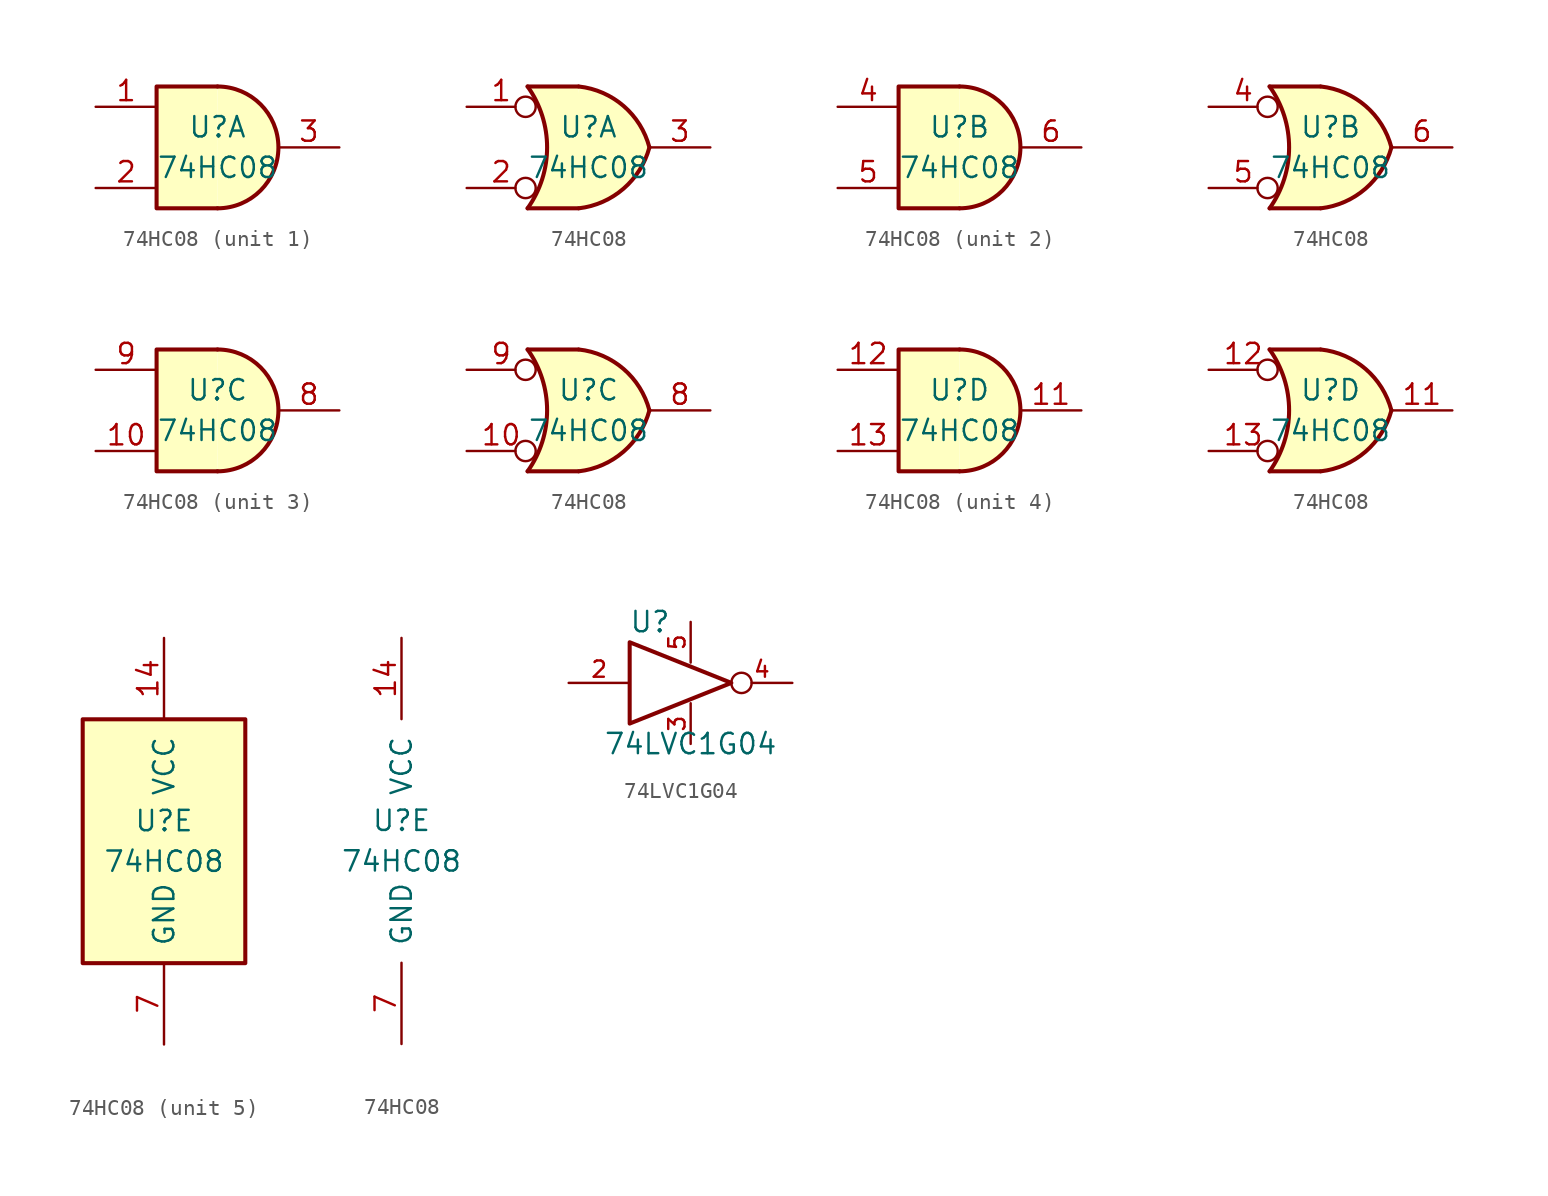
<source format=kicad_sym>
(kicad_symbol_lib
  (version 20211014)
  (generator kicad_symbol_editor)
  (symbol "74HC08"
    (pin_names
      (offset 1.016))
    (property "Reference" "U"
      (at 0 1.27 0)
      (effects (font (size 1.27 1.27))))
    (property "Value" "74HC08"
      (at 0 -1.27 0)
      (effects (font (size 1.27 1.27))))
    (property "ki_locked" ""
      (at 0 0 0)
      (effects (font (size 1.27 1.27))))
    (symbol "74HC08_1_1"
      (arc (start 0 -3.81) (mid 3.81 0) (end 0 3.81) (stroke (width 0.254) (type default) (color 0 0 0 0)) (fill (type background)))
      (polyline (pts (xy 0 3.81) (xy -3.81 3.81) (xy -3.81 -3.81) (xy 0 -3.81)) (stroke (width 0.254) (type default) (color 0 0 0 0)) (fill (type background)))
      (pin input line (at -7.62 2.54 0) (length 3.81) (name "~" (effects (font (size 1.27 1.27)))) (number "1" (effects (font (size 1.27 1.27)))))
      (pin input line (at -7.62 -2.54 0) (length 3.81) (name "~" (effects (font (size 1.27 1.27)))) (number "2" (effects (font (size 1.27 1.27)))))
      (pin output line (at 7.62 0 180) (length 3.81) (name "~" (effects (font (size 1.27 1.27)))) (number "3" (effects (font (size 1.27 1.27))))))
    (symbol "74HC08_1_2"
      (arc (start -3.81 -3.81) (mid -2.589 0) (end -3.81 3.81) (stroke (width 0.254) (type default) (color 0 0 0 0)) (fill (type none)))
      (arc (start -0.6096 -3.81) (mid 2.1855 -2.584) (end 3.81 0) (stroke (width 0.254) (type default) (color 0 0 0 0)) (fill (type background)))
      (polyline (pts (xy -3.81 -3.81) (xy -0.635 -3.81)) (stroke (width 0.254) (type default) (color 0 0 0 0)) (fill (type background)))
      (polyline (pts (xy -3.81 3.81) (xy -0.635 3.81)) (stroke (width 0.254) (type default) (color 0 0 0 0)) (fill (type background)))
      (polyline (pts (xy -0.635 3.81) (xy -3.81 3.81) (xy -3.81 3.81) (xy -3.556 3.404) (xy -3.023 2.261) (xy -2.692 1.041) (xy -2.616 -0.254) (xy -2.769 -1.499) (xy -3.175 -2.718) (xy -3.81 -3.81) (xy -3.81 -3.81) (xy -0.635 -3.81)) (stroke (width -25.4) (type default) (color 0 0 0 0)) (fill (type background)))
      (arc (start 3.81 0) (mid 2.1928 2.5925) (end -0.6096 3.81) (stroke (width 0.254) (type default) (color 0 0 0 0)) (fill (type background)))
      (pin input inverted (at -7.62 2.54 0) (length 4.318) (name "~" (effects (font (size 1.27 1.27)))) (number "1" (effects (font (size 1.27 1.27)))))
      (pin input inverted (at -7.62 -2.54 0) (length 4.318) (name "~" (effects (font (size 1.27 1.27)))) (number "2" (effects (font (size 1.27 1.27)))))
      (pin output line (at 7.62 0 180) (length 3.81) (name "~" (effects (font (size 1.27 1.27)))) (number "3" (effects (font (size 1.27 1.27))))))
    (symbol "74HC08_2_1"
      (arc (start 0 -3.81) (mid 3.81 0) (end 0 3.81) (stroke (width 0.254) (type default) (color 0 0 0 0)) (fill (type background)))
      (polyline (pts (xy 0 3.81) (xy -3.81 3.81) (xy -3.81 -3.81) (xy 0 -3.81)) (stroke (width 0.254) (type default) (color 0 0 0 0)) (fill (type background)))
      (pin input line (at -7.62 2.54 0) (length 3.81) (name "~" (effects (font (size 1.27 1.27)))) (number "4" (effects (font (size 1.27 1.27)))))
      (pin input line (at -7.62 -2.54 0) (length 3.81) (name "~" (effects (font (size 1.27 1.27)))) (number "5" (effects (font (size 1.27 1.27)))))
      (pin output line (at 7.62 0 180) (length 3.81) (name "~" (effects (font (size 1.27 1.27)))) (number "6" (effects (font (size 1.27 1.27))))))
    (symbol "74HC08_2_2"
      (arc (start -3.81 -3.81) (mid -2.589 0) (end -3.81 3.81) (stroke (width 0.254) (type default) (color 0 0 0 0)) (fill (type none)))
      (arc (start -0.6096 -3.81) (mid 2.1855 -2.584) (end 3.81 0) (stroke (width 0.254) (type default) (color 0 0 0 0)) (fill (type background)))
      (polyline (pts (xy -3.81 -3.81) (xy -0.635 -3.81)) (stroke (width 0.254) (type default) (color 0 0 0 0)) (fill (type background)))
      (polyline (pts (xy -3.81 3.81) (xy -0.635 3.81)) (stroke (width 0.254) (type default) (color 0 0 0 0)) (fill (type background)))
      (polyline (pts (xy -0.635 3.81) (xy -3.81 3.81) (xy -3.81 3.81) (xy -3.556 3.404) (xy -3.023 2.261) (xy -2.692 1.041) (xy -2.616 -0.254) (xy -2.769 -1.499) (xy -3.175 -2.718) (xy -3.81 -3.81) (xy -3.81 -3.81) (xy -0.635 -3.81)) (stroke (width -25.4) (type default) (color 0 0 0 0)) (fill (type background)))
      (arc (start 3.81 0) (mid 2.1928 2.5925) (end -0.6096 3.81) (stroke (width 0.254) (type default) (color 0 0 0 0)) (fill (type background)))
      (pin input inverted (at -7.62 2.54 0) (length 4.318) (name "~" (effects (font (size 1.27 1.27)))) (number "4" (effects (font (size 1.27 1.27)))))
      (pin input inverted (at -7.62 -2.54 0) (length 4.318) (name "~" (effects (font (size 1.27 1.27)))) (number "5" (effects (font (size 1.27 1.27)))))
      (pin output line (at 7.62 0 180) (length 3.81) (name "~" (effects (font (size 1.27 1.27)))) (number "6" (effects (font (size 1.27 1.27))))))
    (symbol "74HC08_3_1"
      (arc (start 0 -3.81) (mid 3.81 0) (end 0 3.81) (stroke (width 0.254) (type default) (color 0 0 0 0)) (fill (type background)))
      (polyline (pts (xy 0 3.81) (xy -3.81 3.81) (xy -3.81 -3.81) (xy 0 -3.81)) (stroke (width 0.254) (type default) (color 0 0 0 0)) (fill (type background)))
      (pin input line (at -7.62 -2.54 0) (length 3.81) (name "~" (effects (font (size 1.27 1.27)))) (number "10" (effects (font (size 1.27 1.27)))))
      (pin output line (at 7.62 0 180) (length 3.81) (name "~" (effects (font (size 1.27 1.27)))) (number "8" (effects (font (size 1.27 1.27)))))
      (pin input line (at -7.62 2.54 0) (length 3.81) (name "~" (effects (font (size 1.27 1.27)))) (number "9" (effects (font (size 1.27 1.27))))))
    (symbol "74HC08_3_2"
      (arc (start -3.81 -3.81) (mid -2.589 0) (end -3.81 3.81) (stroke (width 0.254) (type default) (color 0 0 0 0)) (fill (type none)))
      (arc (start -0.6096 -3.81) (mid 2.1855 -2.584) (end 3.81 0) (stroke (width 0.254) (type default) (color 0 0 0 0)) (fill (type background)))
      (polyline (pts (xy -3.81 -3.81) (xy -0.635 -3.81)) (stroke (width 0.254) (type default) (color 0 0 0 0)) (fill (type background)))
      (polyline (pts (xy -3.81 3.81) (xy -0.635 3.81)) (stroke (width 0.254) (type default) (color 0 0 0 0)) (fill (type background)))
      (polyline (pts (xy -0.635 3.81) (xy -3.81 3.81) (xy -3.81 3.81) (xy -3.556 3.404) (xy -3.023 2.261) (xy -2.692 1.041) (xy -2.616 -0.254) (xy -2.769 -1.499) (xy -3.175 -2.718) (xy -3.81 -3.81) (xy -3.81 -3.81) (xy -0.635 -3.81)) (stroke (width -25.4) (type default) (color 0 0 0 0)) (fill (type background)))
      (arc (start 3.81 0) (mid 2.1928 2.5925) (end -0.6096 3.81) (stroke (width 0.254) (type default) (color 0 0 0 0)) (fill (type background)))
      (pin input inverted (at -7.62 -2.54 0) (length 4.318) (name "~" (effects (font (size 1.27 1.27)))) (number "10" (effects (font (size 1.27 1.27)))))
      (pin output line (at 7.62 0 180) (length 3.81) (name "~" (effects (font (size 1.27 1.27)))) (number "8" (effects (font (size 1.27 1.27)))))
      (pin input inverted (at -7.62 2.54 0) (length 4.318) (name "~" (effects (font (size 1.27 1.27)))) (number "9" (effects (font (size 1.27 1.27))))))
    (symbol "74HC08_4_1"
      (arc (start 0 -3.81) (mid 3.81 0) (end 0 3.81) (stroke (width 0.254) (type default) (color 0 0 0 0)) (fill (type background)))
      (polyline (pts (xy 0 3.81) (xy -3.81 3.81) (xy -3.81 -3.81) (xy 0 -3.81)) (stroke (width 0.254) (type default) (color 0 0 0 0)) (fill (type background)))
      (pin output line (at 7.62 0 180) (length 3.81) (name "~" (effects (font (size 1.27 1.27)))) (number "11" (effects (font (size 1.27 1.27)))))
      (pin input line (at -7.62 2.54 0) (length 3.81) (name "~" (effects (font (size 1.27 1.27)))) (number "12" (effects (font (size 1.27 1.27)))))
      (pin input line (at -7.62 -2.54 0) (length 3.81) (name "~" (effects (font (size 1.27 1.27)))) (number "13" (effects (font (size 1.27 1.27))))))
    (symbol "74HC08_4_2"
      (arc (start -3.81 -3.81) (mid -2.589 0) (end -3.81 3.81) (stroke (width 0.254) (type default) (color 0 0 0 0)) (fill (type none)))
      (arc (start -0.6096 -3.81) (mid 2.1855 -2.584) (end 3.81 0) (stroke (width 0.254) (type default) (color 0 0 0 0)) (fill (type background)))
      (polyline (pts (xy -3.81 -3.81) (xy -0.635 -3.81)) (stroke (width 0.254) (type default) (color 0 0 0 0)) (fill (type background)))
      (polyline (pts (xy -3.81 3.81) (xy -0.635 3.81)) (stroke (width 0.254) (type default) (color 0 0 0 0)) (fill (type background)))
      (polyline (pts (xy -0.635 3.81) (xy -3.81 3.81) (xy -3.81 3.81) (xy -3.556 3.404) (xy -3.023 2.261) (xy -2.692 1.041) (xy -2.616 -0.254) (xy -2.769 -1.499) (xy -3.175 -2.718) (xy -3.81 -3.81) (xy -3.81 -3.81) (xy -0.635 -3.81)) (stroke (width -25.4) (type default) (color 0 0 0 0)) (fill (type background)))
      (arc (start 3.81 0) (mid 2.1928 2.5925) (end -0.6096 3.81) (stroke (width 0.254) (type default) (color 0 0 0 0)) (fill (type background)))
      (pin output line (at 7.62 0 180) (length 3.81) (name "~" (effects (font (size 1.27 1.27)))) (number "11" (effects (font (size 1.27 1.27)))))
      (pin input inverted (at -7.62 2.54 0) (length 4.318) (name "~" (effects (font (size 1.27 1.27)))) (number "12" (effects (font (size 1.27 1.27)))))
      (pin input inverted (at -7.62 -2.54 0) (length 4.318) (name "~" (effects (font (size 1.27 1.27)))) (number "13" (effects (font (size 1.27 1.27))))))
    (symbol "74HC08_5_0"
      (pin power_in line (at 0 12.7 270) (length 5.08) (name "VCC" (effects (font (size 1.27 1.27)))) (number "14" (effects (font (size 1.27 1.27)))))
      (pin power_in line (at 0 -12.7 90) (length 5.08) (name "GND" (effects (font (size 1.27 1.27)))) (number "7" (effects (font (size 1.27 1.27))))))
    (symbol "74HC08_5_1"
      (rectangle (start -5.08 7.62) (end 5.08 -7.62) (stroke (width 0.254) (type default) (color 0 0 0 0)) (fill (type background)))))
  (symbol "74LVC1G04"
    (pin_names
      (offset 1.016) hide)
    (property "Reference" "U"
      (at -2.54 3.81 0)
      (effects (font (size 1.27 1.27))))
    (property "Value" "74LVC1G04"
      (at 0 -3.81 0)
      (effects (font (size 1.27 1.27))))
    (symbol "74LVC1G04_0_1"
      (polyline (pts (xy -3.81 2.54) (xy -3.81 -2.54) (xy 2.54 0) (xy -3.81 2.54)) (stroke (width 0.254) (type default) (color 0 0 0 0)) (fill (type none))))
    (symbol "74LVC1G04_1_1"
      (pin input line (at -7.62 0 0) (length 3.81) (name "~" (effects (font (size 1.016 1.016)))) (number "2" (effects (font (size 1.016 1.016)))))
      (pin power_in line (at 0 -3.81 90) (length 2.54) (name "GND" (effects (font (size 1.016 1.016)))) (number "3" (effects (font (size 1.016 1.016)))))
      (pin output inverted (at 6.35 0 180) (length 3.81) (name "~" (effects (font (size 1.016 1.016)))) (number "4" (effects (font (size 1.016 1.016)))))
      (pin power_in line (at 0 3.81 270) (length 2.54) (name "VCC" (effects (font (size 1.016 1.016)))) (number "5" (effects (font (size 1.016 1.016))))))))
</source>
